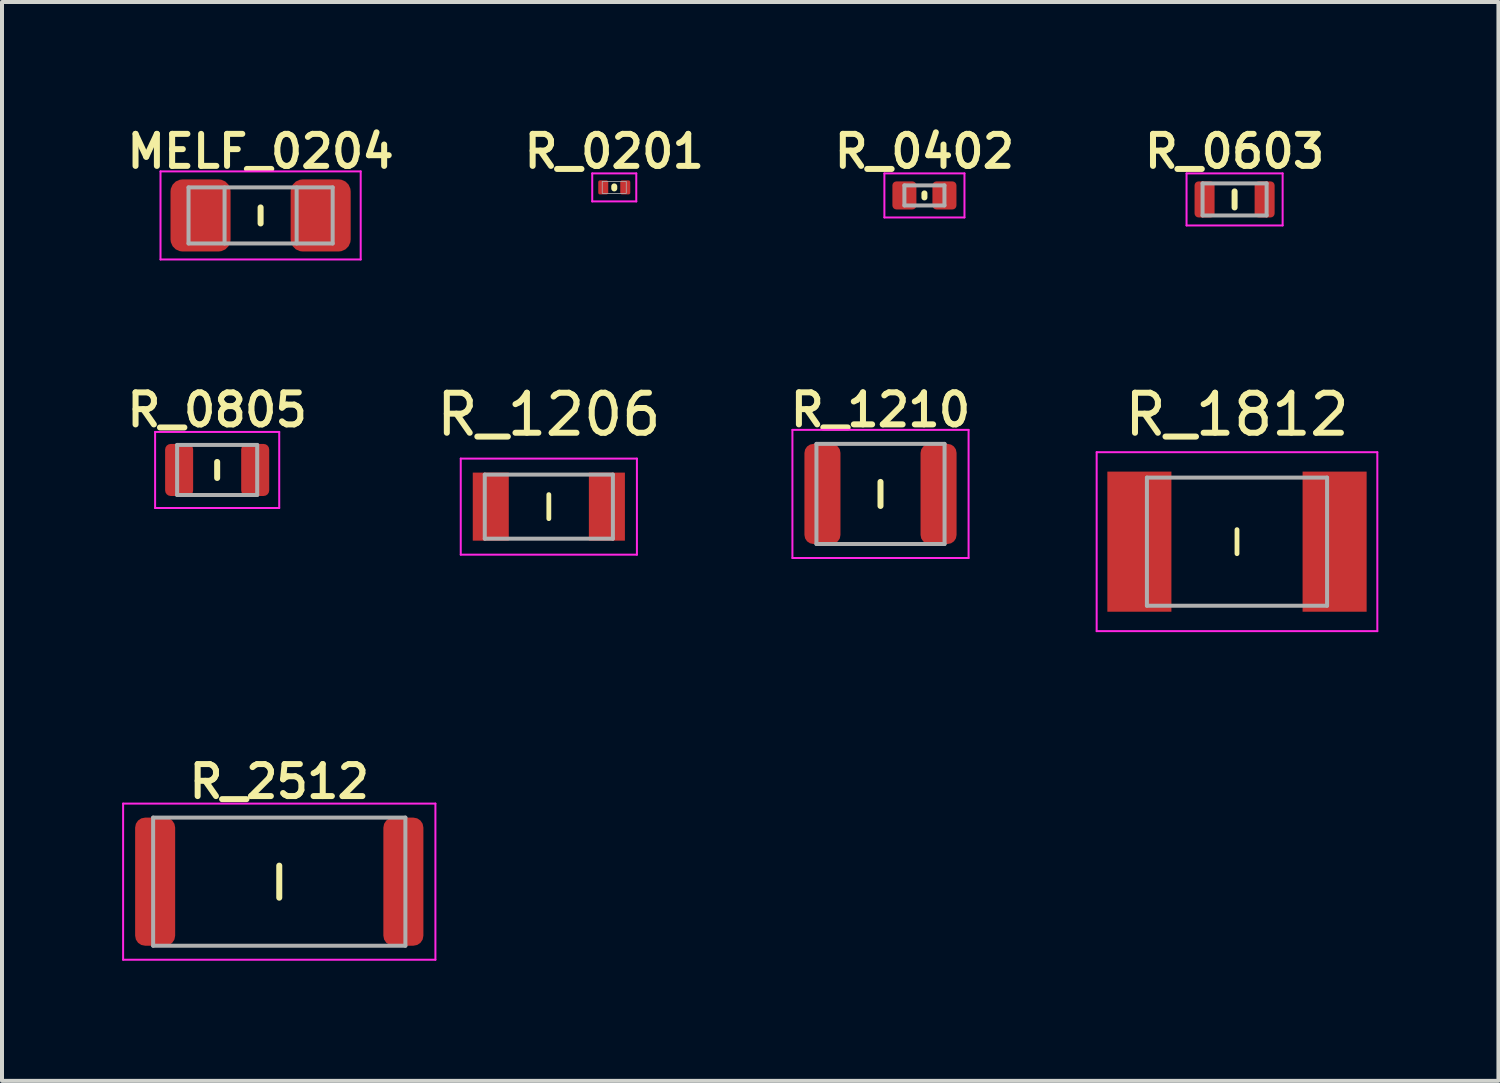
<source format=kicad_pcb>
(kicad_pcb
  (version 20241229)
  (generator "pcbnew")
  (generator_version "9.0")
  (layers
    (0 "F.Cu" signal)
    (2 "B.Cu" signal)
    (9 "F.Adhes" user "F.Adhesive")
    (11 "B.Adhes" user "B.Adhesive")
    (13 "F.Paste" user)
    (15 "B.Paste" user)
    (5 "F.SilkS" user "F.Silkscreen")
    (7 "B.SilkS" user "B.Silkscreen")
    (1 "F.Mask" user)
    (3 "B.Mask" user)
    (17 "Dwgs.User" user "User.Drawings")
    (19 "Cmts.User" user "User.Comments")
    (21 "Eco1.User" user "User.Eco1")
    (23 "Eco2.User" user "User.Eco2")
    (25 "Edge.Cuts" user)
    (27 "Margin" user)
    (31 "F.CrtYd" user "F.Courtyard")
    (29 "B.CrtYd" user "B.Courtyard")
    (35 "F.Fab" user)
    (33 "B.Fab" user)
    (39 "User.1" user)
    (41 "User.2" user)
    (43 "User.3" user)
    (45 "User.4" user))
  (footprint "R_0402"
    (layer "F.Cu")
    (at 20.039 1.831)
    (property "Reference" "R_0402" (at 0 -1.1 0) (layer "F.SilkS") (effects (font (size 0.8 0.8) (thickness 0.15))))
    (attr smd)
    (fp_line (start 0 -0.05) (end 0 0.05) (stroke (width 0.15) (type solid)) (layer "F.SilkS"))
    (fp_line (start -1 -0.55) (end -1 0.55) (stroke (width 0.05) (type solid)) (layer "F.CrtYd"))
    (fp_line (start -1 -0.55) (end 1 -0.55) (stroke (width 0.05) (type solid)) (layer "F.CrtYd"))
    (fp_line (start -1 0.55) (end 1 0.55) (stroke (width 0.05) (type solid)) (layer "F.CrtYd"))
    (fp_line (start 1 -0.55) (end 1 0.55) (stroke (width 0.05) (type solid)) (layer "F.CrtYd"))
    (fp_line (start -0.5 -0.25) (end 0.5 -0.25) (stroke (width 0.1) (type solid)) (layer "F.Fab"))
    (fp_line (start -0.5 0.25) (end -0.5 -0.25) (stroke (width 0.1) (type solid)) (layer "F.Fab"))
    (fp_line (start 0.5 -0.25) (end 0.5 0.25) (stroke (width 0.1) (type solid)) (layer "F.Fab"))
    (fp_line (start 0.5 0.25) (end -0.5 0.25) (stroke (width 0.1) (type solid)) (layer "F.Fab"))
    (pad "1" smd roundrect (at -0.5 0) (size 0.6 0.7) (layers "F.Cu" "F.Mask" "F.Paste") (roundrect_rratio 0.167))
    (pad "2" smd roundrect (at 0.5 0) (size 0.6 0.7) (layers "F.Cu" "F.Mask" "F.Paste") (roundrect_rratio 0.167)))
  (footprint "R_0201"
    (layer "F.Cu")
    (at 12.292 1.631)
    (property "Reference" "R_0201" (at 0 -0.9 0) (unlocked yes) (layer "F.SilkS") (effects (font (size 0.8 0.8) (thickness 0.15))))
    (attr smd)
    (fp_line (start 0 -0.025) (end 0 0.025) (stroke (width 0.15) (type solid)) (layer "F.SilkS"))
    (fp_line (start -0.55 -0.35) (end -0.55 0.35) (stroke (width 0.05) (type solid)) (layer "F.CrtYd"))
    (fp_line (start -0.55 0.35) (end 0.55 0.35) (stroke (width 0.05) (type solid)) (layer "F.CrtYd"))
    (fp_line (start 0.55 -0.35) (end -0.55 -0.35) (stroke (width 0.05) (type solid)) (layer "F.CrtYd"))
    (fp_line (start 0.55 0.35) (end 0.55 -0.35) (stroke (width 0.05) (type solid)) (layer "F.CrtYd"))
    (fp_rect (start -0.3 -0.15) (end 0.3 0.15) (stroke (width 0.02) (type solid)) (fill no) (layer "F.Fab"))
    (pad "1" smd roundrect (at -0.275 0) (size 0.25 0.35) (layers "F.Cu" "F.Mask" "F.Paste") (roundrect_rratio 0.167))
    (pad "2" smd roundrect (at 0.275 0) (size 0.25 0.35) (layers "F.Cu" "F.Mask" "F.Paste") (roundrect_rratio 0.167)))
  (footprint "R_1210"
    (layer "F.Cu")
    (at 18.942 9.287)
    (property "Reference" "R_1210" (at 0 -2.1 0) (layer "F.SilkS") (effects (font (size 0.8 0.8) (thickness 0.15))))
    (attr smd)
    (fp_line (start 0 -0.3) (end 0 0.3) (stroke (width 0.15) (type solid)) (layer "F.SilkS"))
    (fp_line (start -2.2 -1.6) (end -2.2 1.6) (stroke (width 0.05) (type solid)) (layer "F.CrtYd"))
    (fp_line (start -2.2 -1.6) (end 2.2 -1.6) (stroke (width 0.05) (type solid)) (layer "F.CrtYd"))
    (fp_line (start -2.2 1.6) (end 2.2 1.6) (stroke (width 0.05) (type solid)) (layer "F.CrtYd"))
    (fp_line (start 2.2 -1.6) (end 2.2 1.6) (stroke (width 0.05) (type solid)) (layer "F.CrtYd"))
    (fp_line (start -1.6 -1.25) (end 1.6 -1.25) (stroke (width 0.1) (type solid)) (layer "F.Fab"))
    (fp_line (start -1.6 1.25) (end -1.6 -1.25) (stroke (width 0.1) (type solid)) (layer "F.Fab"))
    (fp_line (start 1.6 -1.25) (end 1.6 1.25) (stroke (width 0.1) (type solid)) (layer "F.Fab"))
    (fp_line (start 1.6 1.25) (end -1.6 1.25) (stroke (width 0.1) (type solid)) (layer "F.Fab"))
    (pad "1" smd roundrect (at -1.45 0) (size 0.9 2.5) (layers "F.Cu" "F.Mask" "F.Paste") (roundrect_rratio 0.25))
    (pad "2" smd roundrect (at 1.45 0) (size 0.9 2.5) (layers "F.Cu" "F.Mask" "F.Paste") (roundrect_rratio 0.25)))
  (footprint "R_1206"
    (layer "F.Cu")
    (at 10.658 9.604)
    (property "Reference" "R_1206" (at 0 -2.3 0) (layer "F.SilkS") (effects (font (size 1 1) (thickness 0.15))))
    (attr smd)
    (fp_line (start 0 -0.3) (end 0 0.3) (stroke (width 0.12) (type solid)) (layer "F.SilkS"))
    (fp_line (start -2.2 -1.2) (end -2.2 1.2) (stroke (width 0.05) (type solid)) (layer "F.CrtYd"))
    (fp_line (start -2.2 -1.2) (end 2.2 -1.2) (stroke (width 0.05) (type solid)) (layer "F.CrtYd"))
    (fp_line (start -2.2 1.2) (end 2.2 1.2) (stroke (width 0.05) (type solid)) (layer "F.CrtYd"))
    (fp_line (start 2.2 -1.2) (end 2.2 1.2) (stroke (width 0.05) (type solid)) (layer "F.CrtYd"))
    (fp_line (start -1.6 -0.8) (end 1.6 -0.8) (stroke (width 0.1) (type solid)) (layer "F.Fab"))
    (fp_line (start -1.6 0.8) (end -1.6 -0.8) (stroke (width 0.1) (type solid)) (layer "F.Fab"))
    (fp_line (start 1.6 -0.8) (end 1.6 0.8) (stroke (width 0.1) (type solid)) (layer "F.Fab"))
    (fp_line (start 1.6 0.8) (end -1.6 0.8) (stroke (width 0.1) (type solid)) (layer "F.Fab"))
    (pad "1" smd rect (at -1.45 0) (size 0.9 1.7) (layers "F.Cu" "F.Mask" "F.Paste"))
    (pad "2" smd rect (at 1.45 0) (size 0.9 1.7) (layers "F.Cu" "F.Mask" "F.Paste")))
  (footprint "MELF_0204"
    (layer "F.Cu")
    (at 3.459 2.331)
    (property "Reference" "MELF_0204" (at 0 -1.6 0) (layer "F.SilkS") (effects (font (size 0.8 0.8) (thickness 0.15))))
    (attr smd)
    (fp_line (start 0 -0.2) (end 0 0.2) (stroke (width 0.15) (type default)) (layer "F.SilkS"))
    (fp_line (start -2.5 -1.1) (end -2.5 1.1) (stroke (width 0.05) (type solid)) (layer "F.CrtYd"))
    (fp_line (start -2.5 -1.1) (end 2.5 -1.1) (stroke (width 0.05) (type solid)) (layer "F.CrtYd"))
    (fp_line (start -2.5 1.1) (end 2.5 1.1) (stroke (width 0.05) (type solid)) (layer "F.CrtYd"))
    (fp_line (start 2.5 -1.1) (end 2.5 1.1) (stroke (width 0.05) (type solid)) (layer "F.CrtYd"))
    (fp_line (start -1.8 -0.7) (end 1.8 -0.7) (stroke (width 0.1) (type solid)) (layer "F.Fab"))
    (fp_line (start -1.8 0.7) (end -1.8 -0.7) (stroke (width 0.1) (type solid)) (layer "F.Fab"))
    (fp_line (start -0.9 -0.7) (end -0.9 0.7) (stroke (width 0.1) (type solid)) (layer "F.Fab"))
    (fp_line (start 0.9 -0.7) (end 0.9 0.7) (stroke (width 0.1) (type solid)) (layer "F.Fab"))
    (fp_line (start 1.8 -0.7) (end 1.8 0.7) (stroke (width 0.1) (type solid)) (layer "F.Fab"))
    (fp_line (start 1.8 0.7) (end -1.8 0.7) (stroke (width 0.1) (type solid)) (layer "F.Fab"))
    (pad "1" smd roundrect (at -1.5 0) (size 1.5 1.8) (layers "F.Cu" "F.Mask" "F.Paste") (roundrect_rratio 0.2))
    (pad "2" smd roundrect (at 1.5 0) (size 1.5 1.8) (layers "F.Cu" "F.Mask" "F.Paste") (roundrect_rratio 0.2)))
  (footprint "R_1812"
    (layer "F.Cu")
    (at 27.846 10.479)
    (property "Reference" "R_1812" (at 0 -3.175 0) (layer "F.SilkS") (effects (font (size 1 1) (thickness 0.15))))
    (attr smd)
    (fp_line (start 0 -0.3) (end 0 0.3) (stroke (width 0.12) (type solid)) (layer "F.SilkS"))
    (fp_line (start -3.505 -2.235) (end 3.505 -2.235) (stroke (width 0.05) (type solid)) (layer "F.CrtYd"))
    (fp_line (start -3.505 2.235) (end -3.505 -2.235) (stroke (width 0.05) (type solid)) (layer "F.CrtYd"))
    (fp_line (start 3.505 -2.235) (end 3.505 2.235) (stroke (width 0.05) (type solid)) (layer "F.CrtYd"))
    (fp_line (start 3.505 2.235) (end -3.505 2.235) (stroke (width 0.05) (type solid)) (layer "F.CrtYd"))
    (fp_line (start -2.25 -1.6) (end 2.25 -1.6) (stroke (width 0.1) (type solid)) (layer "F.Fab"))
    (fp_line (start -2.25 1.6) (end -2.25 -1.6) (stroke (width 0.1) (type solid)) (layer "F.Fab"))
    (fp_line (start 2.25 -1.6) (end 2.25 1.6) (stroke (width 0.1) (type solid)) (layer "F.Fab"))
    (fp_line (start 2.25 1.6) (end -2.25 1.6) (stroke (width 0.1) (type solid)) (layer "F.Fab"))
    (pad "1" smd rect (at -2.438 0) (size 1.6 3.5) (layers "F.Cu" "F.Mask" "F.Paste"))
    (pad "2" smd rect (at 2.438 0) (size 1.6 3.5) (layers "F.Cu" "F.Mask" "F.Paste")))
  (footprint "R_0603"
    (layer "F.Cu")
    (at 27.786 1.931)
    (property "Reference" "R_0603" (at 0 -1.2 0) (layer "F.SilkS") (effects (font (size 0.8 0.8) (thickness 0.15))))
    (attr smd)
    (fp_line (start 0 -0.2) (end 0 0.2) (stroke (width 0.15) (type solid)) (layer "F.SilkS"))
    (fp_line (start -1.2 -0.65) (end -1.2 0.65) (stroke (width 0.05) (type solid)) (layer "F.CrtYd"))
    (fp_line (start -1.2 -0.65) (end 1.2 -0.65) (stroke (width 0.05) (type solid)) (layer "F.CrtYd"))
    (fp_line (start -1.2 0.65) (end 1.2 0.65) (stroke (width 0.05) (type solid)) (layer "F.CrtYd"))
    (fp_line (start 1.2 -0.65) (end 1.2 0.65) (stroke (width 0.05) (type solid)) (layer "F.CrtYd"))
    (fp_line (start -0.8 -0.4) (end 0.8 -0.4) (stroke (width 0.1) (type solid)) (layer "F.Fab"))
    (fp_line (start -0.8 0.4) (end -0.8 -0.4) (stroke (width 0.1) (type solid)) (layer "F.Fab"))
    (fp_line (start 0.8 -0.4) (end 0.8 0.4) (stroke (width 0.1) (type solid)) (layer "F.Fab"))
    (fp_line (start 0.8 0.4) (end -0.8 0.4) (stroke (width 0.1) (type solid)) (layer "F.Fab"))
    (pad "1" smd roundrect (at -0.75 0) (size 0.5 0.9) (layers "F.Cu" "F.Mask" "F.Paste") (roundrect_rratio 0.2))
    (pad "2" smd roundrect (at 0.75 0) (size 0.5 0.9) (layers "F.Cu" "F.Mask" "F.Paste") (roundrect_rratio 0.2)))
  (footprint "R_0805"
    (layer "F.Cu")
    (at 2.374 8.688)
    (property "Reference" "R_0805" (at 0 -1.5 0) (layer "F.SilkS") (effects (font (size 0.8 0.8) (thickness 0.15))))
    (attr smd)
    (fp_line (start 0 -0.2) (end 0 0.2) (stroke (width 0.15) (type solid)) (layer "F.SilkS"))
    (fp_line (start -1.55 -0.95) (end -1.55 0.95) (stroke (width 0.05) (type solid)) (layer "F.CrtYd"))
    (fp_line (start -1.55 -0.95) (end 1.55 -0.95) (stroke (width 0.05) (type solid)) (layer "F.CrtYd"))
    (fp_line (start -1.55 0.95) (end 1.55 0.95) (stroke (width 0.05) (type solid)) (layer "F.CrtYd"))
    (fp_line (start 1.55 -0.95) (end 1.55 0.95) (stroke (width 0.05) (type solid)) (layer "F.CrtYd"))
    (fp_line (start -1 -0.625) (end 1 -0.625) (stroke (width 0.1) (type solid)) (layer "F.Fab"))
    (fp_line (start -1 0.625) (end -1 -0.625) (stroke (width 0.1) (type solid)) (layer "F.Fab"))
    (fp_line (start 1 -0.625) (end 1 0.625) (stroke (width 0.1) (type solid)) (layer "F.Fab"))
    (fp_line (start 1 0.625) (end -1 0.625) (stroke (width 0.1) (type solid)) (layer "F.Fab"))
    (pad "1" smd roundrect (at -0.95 0) (size 0.7 1.3) (layers "F.Cu" "F.Mask" "F.Paste") (roundrect_rratio 0.2))
    (pad "2" smd roundrect (at 0.95 0) (size 0.7 1.3) (layers "F.Cu" "F.Mask" "F.Paste") (roundrect_rratio 0.2)))
  (footprint "R_2512"
    (layer "F.Cu")
    (at 3.925 18.971)
    (property "Reference" "R_2512" (at 0 -2.5 0) (layer "F.SilkS") (effects (font (size 0.8 0.8) (thickness 0.15))))
    (attr smd)
    (fp_line (start 0 -0.4) (end 0 0.4) (stroke (width 0.15) (type solid)) (layer "F.SilkS"))
    (fp_line (start -3.9 -1.95) (end -3.9 1.95) (stroke (width 0.05) (type solid)) (layer "F.CrtYd"))
    (fp_line (start -3.9 -1.95) (end 3.9 -1.95) (stroke (width 0.05) (type solid)) (layer "F.CrtYd"))
    (fp_line (start -3.9 1.95) (end 3.9 1.95) (stroke (width 0.05) (type solid)) (layer "F.CrtYd"))
    (fp_line (start 3.9 -1.95) (end 3.9 1.95) (stroke (width 0.05) (type solid)) (layer "F.CrtYd"))
    (fp_line (start -3.15 -1.6) (end 3.15 -1.6) (stroke (width 0.1) (type solid)) (layer "F.Fab"))
    (fp_line (start -3.15 1.6) (end -3.15 -1.6) (stroke (width 0.1) (type solid)) (layer "F.Fab"))
    (fp_line (start 3.15 -1.6) (end 3.15 1.6) (stroke (width 0.1) (type solid)) (layer "F.Fab"))
    (fp_line (start 3.15 1.6) (end -3.15 1.6) (stroke (width 0.1) (type solid)) (layer "F.Fab"))
    (pad "1" smd roundrect (at -3.1 0) (size 1 3.2) (layers "F.Cu" "F.Mask" "F.Paste") (roundrect_rratio 0.25))
    (pad "2" smd roundrect (at 3.1 0) (size 1 3.2) (layers "F.Cu" "F.Mask" "F.Paste") (roundrect_rratio 0.25)))
  (gr_rect
    (start -3 -3)
    (end 34.376 23.946)
    (stroke (width 0.1) (type default))
    (fill no)
    (layer "Edge.Cuts")))
</source>
